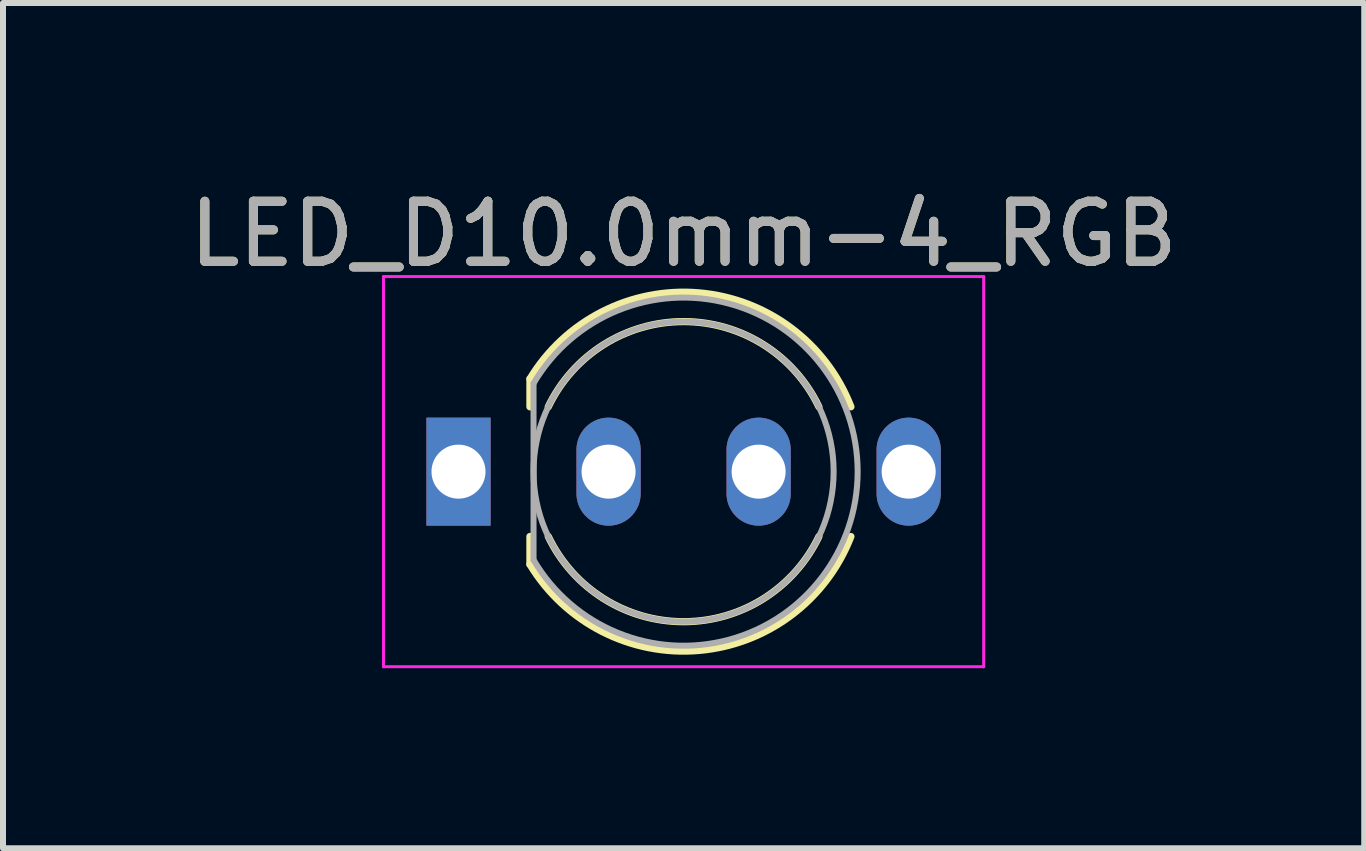
<source format=kicad_pcb>
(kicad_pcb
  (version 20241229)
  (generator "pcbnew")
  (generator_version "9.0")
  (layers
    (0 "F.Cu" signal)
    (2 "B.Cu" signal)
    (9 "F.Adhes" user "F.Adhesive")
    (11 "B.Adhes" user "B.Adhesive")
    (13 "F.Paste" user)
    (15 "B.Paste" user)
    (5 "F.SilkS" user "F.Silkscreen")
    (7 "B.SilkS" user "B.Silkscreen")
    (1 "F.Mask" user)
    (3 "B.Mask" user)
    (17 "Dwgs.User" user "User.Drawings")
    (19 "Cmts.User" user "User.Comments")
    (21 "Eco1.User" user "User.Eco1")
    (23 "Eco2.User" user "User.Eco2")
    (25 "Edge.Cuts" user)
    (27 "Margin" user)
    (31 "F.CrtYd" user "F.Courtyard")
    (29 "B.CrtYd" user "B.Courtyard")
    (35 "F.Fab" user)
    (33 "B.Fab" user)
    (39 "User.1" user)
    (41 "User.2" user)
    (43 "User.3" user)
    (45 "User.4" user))
  (footprint "LED_D10.0mm-4_RGB"
    (layer "F.Cu")
    (at 6.434 4.808)
    (property "Reference" "LED_D10.0mm-4_RGB" (at 1.905 -3.96 0) (layer "F.SilkS") (effects (font (size 1 1) (thickness 0.15))))
    (attr through_hole)
    (fp_line (start -0.655 -1.545) (end -0.655 -1.08) (stroke (width 0.12) (type solid)) (layer "F.SilkS"))
    (fp_line (start -0.655 1.08) (end -0.655 1.545) (stroke (width 0.12) (type solid)) (layer "F.SilkS"))
    (fp_arc (start -0.655 -1.54483) (mid 2.163456 -2.978809) (end 4.692815 -1.080827) (stroke (width 0.12) (type solid)) (layer "F.SilkS"))
    (fp_arc (start -0.349684 -1.08) (mid 1.904762 -2.5) (end 4.159479 -1.080429) (stroke (width 0.12) (type solid)) (layer "F.SilkS"))
    (fp_arc (start 4.159479 1.080429) (mid 1.904762 2.5) (end -0.349684 1.08) (stroke (width 0.12) (type solid)) (layer "F.SilkS"))
    (fp_arc (start 4.692815 1.080827) (mid 2.163456 2.978808) (end -0.655 1.54483) (stroke (width 0.12) (type solid)) (layer "F.SilkS"))
    (fp_line (start -3.095 -3.25) (end -3.095 3.25) (stroke (width 0.05) (type solid)) (layer "F.CrtYd"))
    (fp_line (start -3.095 3.25) (end 6.905 3.25) (stroke (width 0.05) (type solid)) (layer "F.CrtYd"))
    (fp_line (start 6.905 -3.25) (end -3.095 -3.25) (stroke (width 0.05) (type solid)) (layer "F.CrtYd"))
    (fp_line (start 6.905 3.25) (end 6.905 -3.25) (stroke (width 0.05) (type solid)) (layer "F.CrtYd"))
    (fp_line (start -0.595 -1.47) (end -0.595 1.47) (stroke (width 0.1) (type solid)) (layer "F.Fab"))
    (fp_arc (start -0.595 -1.469694) (mid 4.805 0.000016) (end -0.595016 1.469666) (stroke (width 0.1) (type solid)) (layer "F.Fab"))
    (fp_circle (center 1.905 0) (end 4.405 0) (stroke (width 0.1) (type solid)) (fill no) (layer "F.Fab"))
    (fp_text user "${REFERENCE}" (at 1.905 -3.96 0) (layer "F.Fab") (effects (font (size 1 1) (thickness 0.15))))
    (pad "1" thru_hole rect (at -1.845 0) (size 1.07 1.8) (drill 0.9) (layers "*.Cu" "*.Mask"))
    (pad "2" thru_hole oval (at 0.655 0) (size 1.07 1.8) (drill 0.9) (layers "*.Cu" "*.Mask"))
    (pad "3" thru_hole oval (at 3.155 0) (size 1.07 1.8) (drill 0.9) (layers "*.Cu" "*.Mask"))
    (pad "4" thru_hole oval (at 5.655 0) (size 1.07 1.8) (drill 0.9) (layers "*.Cu" "*.Mask")))
  (gr_rect
    (start -3 -3)
    (end 19.679 11.083)
    (stroke (width 0.1) (type default))
    (fill no)
    (layer "Edge.Cuts")))
</source>
